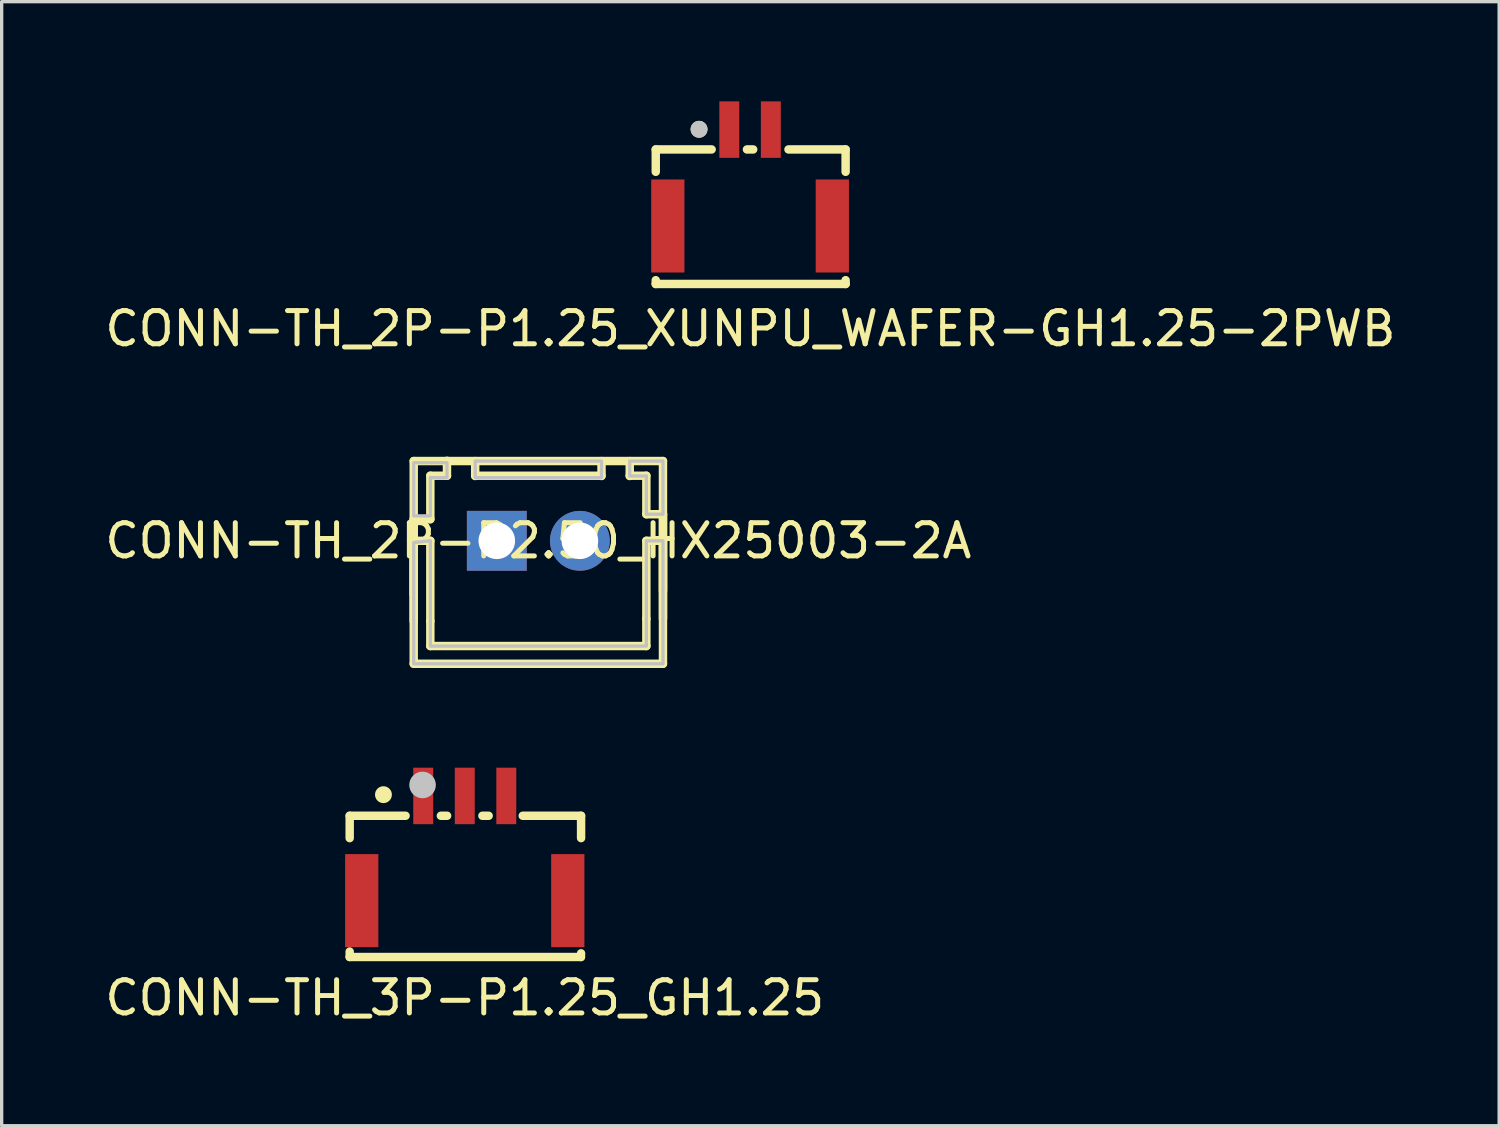
<source format=kicad_pcb>
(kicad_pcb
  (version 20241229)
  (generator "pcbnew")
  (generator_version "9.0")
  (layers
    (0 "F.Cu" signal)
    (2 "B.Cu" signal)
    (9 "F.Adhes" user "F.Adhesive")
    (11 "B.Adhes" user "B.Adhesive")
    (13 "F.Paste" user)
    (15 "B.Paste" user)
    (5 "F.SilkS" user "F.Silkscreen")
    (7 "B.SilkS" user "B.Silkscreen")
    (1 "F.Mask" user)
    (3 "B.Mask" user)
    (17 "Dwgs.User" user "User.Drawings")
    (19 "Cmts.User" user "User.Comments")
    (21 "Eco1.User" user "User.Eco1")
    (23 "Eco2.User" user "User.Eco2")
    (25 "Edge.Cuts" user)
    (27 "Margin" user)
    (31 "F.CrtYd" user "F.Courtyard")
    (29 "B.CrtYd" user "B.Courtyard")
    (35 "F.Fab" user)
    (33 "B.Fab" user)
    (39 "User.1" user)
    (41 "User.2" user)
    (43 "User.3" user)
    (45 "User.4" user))
  (footprint "CONN-TH_3P-P1.25_GH1.25"
    (layer "F.Cu")
    (at 10.935 22.475)
    (property "Reference" "CONN-TH_3P-P1.25_GH1.25" (at 0 4.5 0) (layer "F.SilkS") (effects (font (size 1 1) (thickness 0.15))))
    (fp_line (start -3.463 -0.978) (end -3.463 -0.306) (stroke (width 0.254) (type default)) (layer "F.SilkS"))
    (fp_line (start -3.463 -0.978) (end -1.781 -0.978) (stroke (width 0.254) (type default)) (layer "F.SilkS"))
    (fp_line (start -3.463 3.108) (end -3.463 3.272) (stroke (width 0.254) (type default)) (layer "F.SilkS"))
    (fp_line (start -0.719 -0.978) (end -0.531 -0.978) (stroke (width 0.254) (type default)) (layer "F.SilkS"))
    (fp_line (start 0.531 -0.978) (end 0.719 -0.978) (stroke (width 0.254) (type default)) (layer "F.SilkS"))
    (fp_line (start 1.744 -0.978) (end 3.5 -0.978) (stroke (width 0.254) (type default)) (layer "F.SilkS"))
    (fp_line (start 3.495 3.272) (end -3.463 3.272) (stroke (width 0.254) (type default)) (layer "F.SilkS"))
    (fp_line (start 3.5 -0.978) (end 3.5 -0.306) (stroke (width 0.254) (type default)) (layer "F.SilkS"))
    (fp_line (start 3.5 3.162) (end 3.495 3.272) (stroke (width 0.254) (type default)) (layer "F.SilkS"))
    (fp_circle (center -2.447 -1.613) (end -2.32 -1.613) (stroke (width 0.254) (type default)) (fill no) (layer "F.SilkS"))
    (fp_circle (center -1.27 -1.905) (end -1.07 -1.905) (stroke (width 0.4) (type default)) (fill no) (layer "Dwgs.User"))
    (fp_poly (pts (xy -3.2 0.878) (xy -3 0.878) (xy -3 2.678) (xy -3.2 2.678)) (stroke (width 0.1) (type default)) (fill no) (layer "User.1"))
    (fp_poly (pts (xy -1.35 -1.766) (xy -1.15 -1.766) (xy -1.15 -0.766) (xy -1.35 -0.766)) (stroke (width 0.1) (type default)) (fill no) (layer "User.1"))
    (fp_poly (pts (xy -0.1 -1.766) (xy 0.1 -1.766) (xy 0.1 -0.766) (xy -0.1 -0.766)) (stroke (width 0.1) (type default)) (fill no) (layer "User.1"))
    (fp_poly (pts (xy 1.15 -1.766) (xy 1.35 -1.766) (xy 1.35 -0.766) (xy 1.15 -0.766)) (stroke (width 0.1) (type default)) (fill no) (layer "User.1"))
    (fp_poly (pts (xy 3.2 2.678) (xy 3 2.678) (xy 3 0.878) (xy 3.2 0.878)) (stroke (width 0.1) (type default)) (fill no) (layer "User.1"))
    (fp_line (start -3.5 -0.847) (end 3.5 -0.847) (stroke (width 0.051) (type default)) (layer "User.2"))
    (fp_line (start -3.5 1.223) (end -3.5 -0.847) (stroke (width 0.051) (type default)) (layer "User.2"))
    (fp_line (start -3.5 3.205) (end -3.5 1.223) (stroke (width 0.051) (type default)) (layer "User.2"))
    (fp_line (start 3.5 -0.847) (end 3.5 3.205) (stroke (width 0.051) (type default)) (layer "User.2"))
    (fp_line (start 3.5 3.205) (end -3.5 3.205) (stroke (width 0.051) (type default)) (layer "User.2"))
    (fp_poly (pts (xy -3.441 -1.766) (xy -3.459 -1.808) (xy -3.501 -1.826) (xy -3.543 -1.808) (xy -3.561 -1.766) (xy -3.543 -1.724) (xy -3.501 -1.706) (xy -3.459 -1.724)) (stroke (width 0.1) (type default)) (fill no) (layer "User.3"))
    (pad "1" smd rect (at -1.25 -1.575) (size 0.6 1.7) (layers "F.Cu" "F.Mask" "F.Paste"))
    (pad "2" smd rect (at 0 -1.575) (size 0.6 1.7) (layers "F.Cu" "F.Mask" "F.Paste"))
    (pad "3" smd rect (at 1.25 -1.575) (size 0.6 1.7) (layers "F.Cu" "F.Mask" "F.Paste"))
    (pad "4" smd rect (at 3.1 1.575) (size 1 2.8) (layers "F.Cu" "F.Mask" "F.Paste"))
    (pad "5" smd rect (at -3.1 1.575) (size 1 2.8) (layers "F.Cu" "F.Mask" "F.Paste")))
  (footprint "CONN-TH_2P-P1.25_XUNPU_WAFER-GH1.25-2PWB"
    (layer "F.Cu")
    (at 19.52 2.3)
    (property "Reference" "CONN-TH_2P-P1.25_XUNPU_WAFER-GH1.25-2PWB" (at 0.01 4.54 0) (layer "F.SilkS") (effects (font (size 1 1) (thickness 0.15))))
    (fp_line (start -2.838 -0.853) (end -2.838 -0.181) (stroke (width 0.254) (type default)) (layer "F.SilkS"))
    (fp_line (start -2.838 -0.853) (end -1.156 -0.853) (stroke (width 0.254) (type default)) (layer "F.SilkS"))
    (fp_line (start -2.838 3.195) (end -2.838 3.081) (stroke (width 0.254) (type default)) (layer "F.SilkS"))
    (fp_line (start -0.094 -0.853) (end 0.094 -0.853) (stroke (width 0.254) (type default)) (layer "F.SilkS"))
    (fp_line (start 1.156 -0.853) (end 2.875 -0.853) (stroke (width 0.254) (type default)) (layer "F.SilkS"))
    (fp_line (start 2.875 -0.853) (end 2.875 -0.181) (stroke (width 0.254) (type default)) (layer "F.SilkS"))
    (fp_line (start 2.875 3.081) (end 2.875 3.195) (stroke (width 0.254) (type default)) (layer "F.SilkS"))
    (fp_line (start 2.875 3.195) (end -2.838 3.195) (stroke (width 0.254) (type default)) (layer "F.SilkS"))
    (fp_circle (center -1.535 -1.46) (end -1.408 -1.46) (stroke (width 0.254) (type default)) (fill no) (layer "F.SilkS"))
    (fp_circle (center -1.535 -1.46) (end -1.408 -1.46) (stroke (width 0.254) (type default)) (fill no) (layer "Dwgs.User"))
    (fp_poly (pts (xy -2.575 0.45) (xy -2.375 0.45) (xy -2.375 2.45) (xy -2.575 2.45)) (stroke (width 0.1) (type default)) (fill no) (layer "User.1"))
    (fp_poly (pts (xy -0.725 -1.803) (xy -0.525 -1.803) (xy -0.525 -0.803) (xy -0.725 -0.803)) (stroke (width 0.1) (type default)) (fill no) (layer "User.1"))
    (fp_poly (pts (xy 0.525 -1.803) (xy 0.725 -1.803) (xy 0.725 -0.803) (xy 0.525 -0.803)) (stroke (width 0.1) (type default)) (fill no) (layer "User.1"))
    (fp_poly (pts (xy 2.375 0.45) (xy 2.575 0.45) (xy 2.575 2.45) (xy 2.375 2.45)) (stroke (width 0.1) (type default)) (fill no) (layer "User.1"))
    (fp_line (start -2.875 -0.853) (end 2.875 -0.853) (stroke (width 0.051) (type default)) (layer "User.2"))
    (fp_line (start -2.875 3.197) (end -2.875 -0.853) (stroke (width 0.051) (type default)) (layer "User.2"))
    (fp_line (start 2.875 -0.853) (end 2.875 3.197) (stroke (width 0.051) (type default)) (layer "User.2"))
    (fp_line (start 2.875 3.197) (end -2.875 3.197) (stroke (width 0.051) (type default)) (layer "User.2"))
    (fp_poly (pts (xy -2.815 -1.803) (xy -2.833 -1.845) (xy -2.875 -1.863) (xy -2.917 -1.845) (xy -2.935 -1.803) (xy -2.917 -1.761) (xy -2.875 -1.743) (xy -2.833 -1.761)) (stroke (width 0.1) (type default)) (fill no) (layer "User.3"))
    (pad "1" smd rect (at -0.625 -1.45) (size 0.6 1.7) (layers "F.Cu" "F.Mask" "F.Paste"))
    (pad "2" smd rect (at 0.625 -1.45) (size 0.6 1.7) (layers "F.Cu" "F.Mask" "F.Paste"))
    (pad "3" smd rect (at -2.475 1.45) (size 1 2.8) (layers "F.Cu" "F.Mask" "F.Paste"))
    (pad "4" smd rect (at 2.475 1.45) (size 1 2.8) (layers "F.Cu" "F.Mask" "F.Paste")))
  (footprint "CONN-TH_2P-P2.50_HX25003-2A"
    (layer "F.Cu")
    (at 13.149 13.223)
    (property "Reference" "CONN-TH_2P-P2.50_HX25003-2A" (at 0 0 0) (layer "F.SilkS") (effects (font (size 1 1) (thickness 0.15))))
    (fp_line (start -3.751 0) (end -3.751 2.416) (stroke (width 0.254) (type default)) (layer "F.SilkS"))
    (fp_line (start -3.751 1.603) (end -3.75 -0.648) (stroke (width 0.254) (type default)) (layer "F.SilkS"))
    (fp_line (start -3.75 -2.4) (end -3.75 3.7) (stroke (width 0.254) (type default)) (layer "F.SilkS"))
    (fp_line (start -3.75 -2.4) (end 3.75 -2.4) (stroke (width 0.254) (type default)) (layer "F.SilkS"))
    (fp_line (start -3.75 -0.648) (end -3.25 -0.65) (stroke (width 0.254) (type default)) (layer "F.SilkS"))
    (fp_line (start -3.75 3.7) (end 3.75 3.7) (stroke (width 0.254) (type default)) (layer "F.SilkS"))
    (fp_line (start -3.25 -1.958) (end -2.749 -1.958) (stroke (width 0.254) (type default)) (layer "F.SilkS"))
    (fp_line (start -3.25 -0.65) (end -3.25 -1.958) (stroke (width 0.254) (type default)) (layer "F.SilkS"))
    (fp_line (start -3.25 0) (end -3.751 0) (stroke (width 0.254) (type default)) (layer "F.SilkS"))
    (fp_line (start -3.25 2.416) (end -3.25 0) (stroke (width 0.254) (type default)) (layer "F.SilkS"))
    (fp_line (start -3.25 3.167) (end -3.25 2.416) (stroke (width 0.254) (type default)) (layer "F.SilkS"))
    (fp_line (start -2.749 -1.958) (end -2.749 -2.408) (stroke (width 0.254) (type default)) (layer "F.SilkS"))
    (fp_line (start -1.9 -2.4) (end -1.9 -1.95) (stroke (width 0.254) (type default)) (layer "F.SilkS"))
    (fp_line (start 1.9 -1.958) (end -1.901 -1.958) (stroke (width 0.254) (type default)) (layer "F.SilkS"))
    (fp_line (start 1.901 -2.4) (end 1.901 -1.95) (stroke (width 0.254) (type default)) (layer "F.SilkS"))
    (fp_line (start 2.75 -1.95) (end 2.75 -2.399) (stroke (width 0.254) (type default)) (layer "F.SilkS"))
    (fp_line (start 3.25 -1.958) (end 2.749 -1.958) (stroke (width 0.254) (type default)) (layer "F.SilkS"))
    (fp_line (start 3.25 -1.958) (end 3.25 -0.8) (stroke (width 0.254) (type default)) (layer "F.SilkS"))
    (fp_line (start 3.25 0) (end 3.25 2.345) (stroke (width 0.254) (type default)) (layer "F.SilkS"))
    (fp_line (start 3.25 2.345) (end 3.25 3.167) (stroke (width 0.254) (type default)) (layer "F.SilkS"))
    (fp_line (start 3.25 3.167) (end -3.25 3.167) (stroke (width 0.254) (type default)) (layer "F.SilkS"))
    (fp_line (start 3.75 -2.4) (end 3.75 3.7) (stroke (width 0.254) (type default)) (layer "F.SilkS"))
    (fp_line (start 3.751 -0.8) (end 3.25 -0.8) (stroke (width 0.254) (type default)) (layer "F.SilkS"))
    (fp_line (start 3.751 0) (end 3.25 0) (stroke (width 0.254) (type default)) (layer "F.SilkS"))
    (fp_line (start 3.751 1.501) (end 3.751 -0.8) (stroke (width 0.254) (type default)) (layer "F.SilkS"))
    (fp_line (start 3.751 2.345) (end 3.751 0) (stroke (width 0.254) (type default)) (layer "F.SilkS"))
    (fp_poly (pts (xy 1.9 -2.4) (xy 1.9 -1.9) (xy -1.9 -1.9) (xy -1.9 -2.4)) (stroke (width 0.1) (type default)) (fill no) (layer "Dwgs.User"))
    (fp_poly (pts (xy 3.25 0) (xy 3.75 0) (xy 3.75 3.7) (xy -3.75 3.7) (xy -3.75 0.05) (xy -3.25 0) (xy -3.25 3.167) (xy 3.25 3.167)) (stroke (width 0.1) (type default)) (fill no) (layer "Dwgs.User"))
    (fp_poly (pts (xy -2.749 -1.9) (xy -3.241 -1.9) (xy -3.249 -1.909) (xy -3.249 -0.75) (xy -3.75 -0.75) (xy -3.75 -2.349) (xy -3.749 -2.35) (xy -2.751 -2.35) (xy -2.749 -2.349)) (stroke (width 0.1) (type default)) (fill no) (layer "Dwgs.User"))
    (fp_poly (pts (xy 2.75 -1.95) (xy 3.241 -1.95) (xy 3.25 -1.958) (xy 3.25 -0.8) (xy 3.751 -0.8) (xy 3.751 -2.4) (xy 3.75 -2.4) (xy 2.751 -2.4) (xy 2.75 -2.399)) (stroke (width 0.1) (type default)) (fill no) (layer "Dwgs.User"))
    (fp_poly (pts (xy -1.57 -0.32) (xy -0.93 -0.32) (xy -0.93 0.32) (xy -1.57 0.32)) (stroke (width 0.1) (type default)) (fill no) (layer "User.1"))
    (fp_poly (pts (xy 0.93 -0.32) (xy 1.57 -0.32) (xy 1.57 0.32) (xy 0.93 0.32)) (stroke (width 0.1) (type default)) (fill no) (layer "User.1"))
    (fp_line (start -3.75 -2.4) (end 3.75 -2.4) (stroke (width 0.051) (type default)) (layer "User.2"))
    (fp_line (start -3.75 3.5) (end -3.75 -2.4) (stroke (width 0.051) (type default)) (layer "User.2"))
    (fp_line (start 3.75 -2.4) (end 3.75 3.5) (stroke (width 0.051) (type default)) (layer "User.2"))
    (fp_line (start 3.75 3.5) (end -3.75 3.5) (stroke (width 0.051) (type default)) (layer "User.2"))
    (fp_poly (pts (xy -3.69 3.5) (xy -3.708 3.458) (xy -3.75 3.44) (xy -3.792 3.458) (xy -3.81 3.5) (xy -3.792 3.542) (xy -3.75 3.56) (xy -3.708 3.542)) (stroke (width 0.1) (type default)) (fill no) (layer "User.3"))
    (pad "1" thru_hole rect (at -1.25 0) (size 1.8 1.8) (drill 1.1) (layers "*.Cu" "*.Mask"))
    (pad "2" thru_hole circle (at 1.25 0) (size 1.8 1.8) (drill 1.1) (layers "*.Cu" "*.Mask")))
  (gr_rect
    (start -3 -3)
    (end 42.06 30.823)
    (stroke (width 0.1) (type default))
    (fill no)
    (layer "Edge.Cuts")))
</source>
